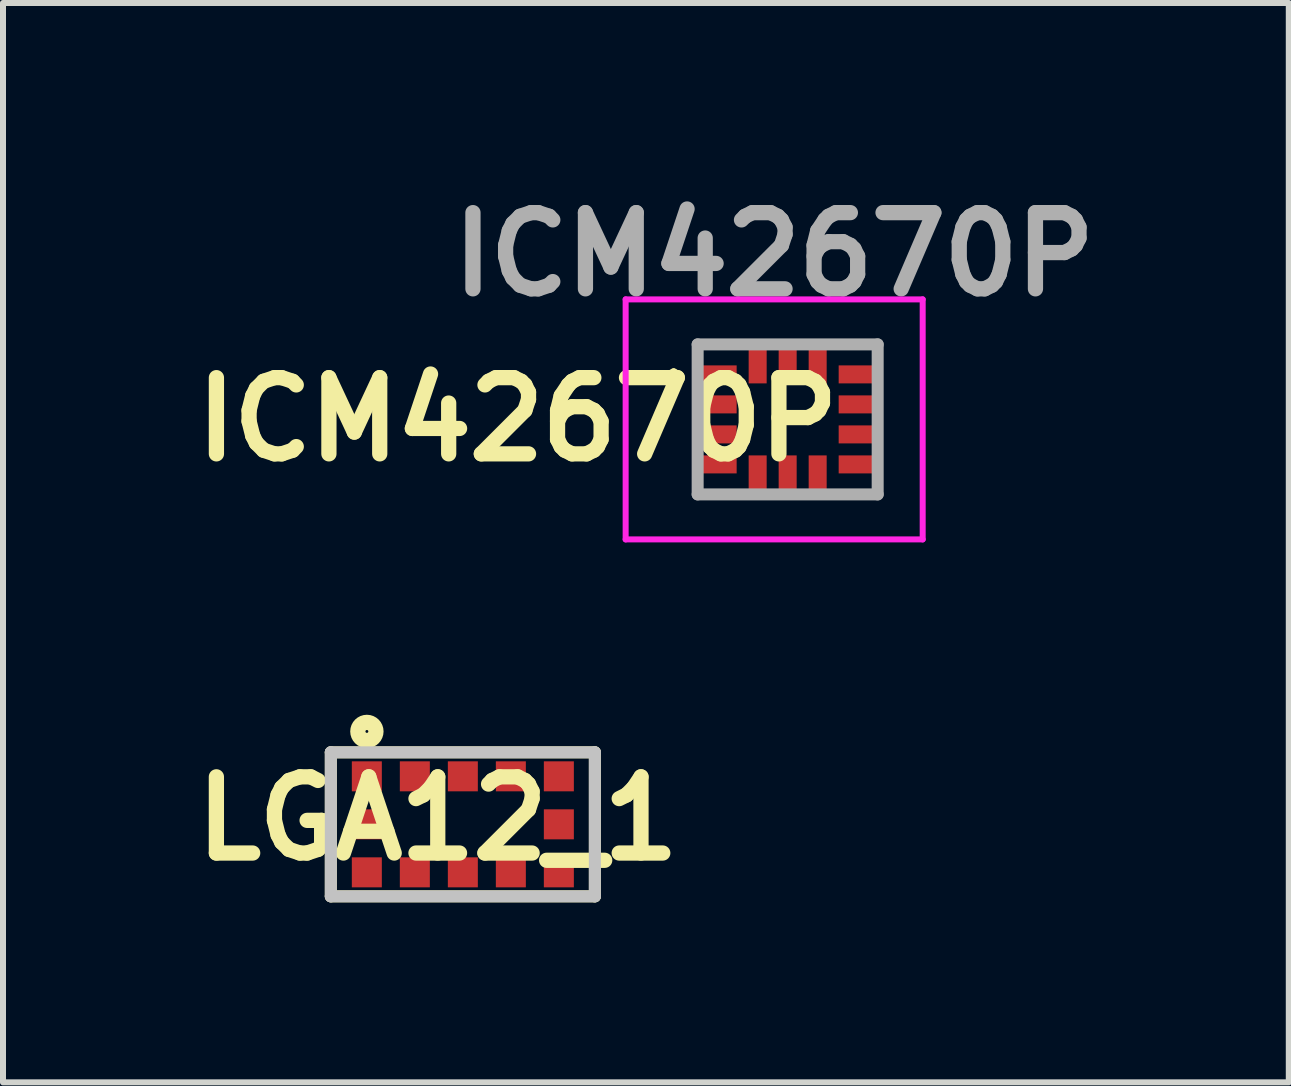
<source format=kicad_pcb>
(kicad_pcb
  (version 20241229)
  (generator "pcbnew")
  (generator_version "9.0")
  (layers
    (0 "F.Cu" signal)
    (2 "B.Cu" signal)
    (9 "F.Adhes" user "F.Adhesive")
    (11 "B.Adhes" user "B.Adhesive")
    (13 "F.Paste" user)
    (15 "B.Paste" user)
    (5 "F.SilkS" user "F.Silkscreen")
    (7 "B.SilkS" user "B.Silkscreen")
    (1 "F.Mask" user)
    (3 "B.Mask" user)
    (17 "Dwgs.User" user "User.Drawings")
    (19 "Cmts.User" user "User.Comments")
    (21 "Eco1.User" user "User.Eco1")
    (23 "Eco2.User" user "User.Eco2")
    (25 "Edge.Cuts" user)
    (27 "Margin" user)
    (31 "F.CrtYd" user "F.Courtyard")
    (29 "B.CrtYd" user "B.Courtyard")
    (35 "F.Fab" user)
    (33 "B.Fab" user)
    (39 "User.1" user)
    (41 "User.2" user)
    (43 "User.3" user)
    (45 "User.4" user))
  (footprint "LGA12_1"
    (layer "F.Cu")
    (at 4.663 10.687)
    (property "Reference" "LGA12_1" (at -0.418 -0.096 0) (layer "F.SilkS") (effects (font (size 1.27 1.27) (thickness 0.254))))
    (attr smd)
    (fp_line (start -2.2 -1.2) (end 2.2 -1.2) (stroke (width 0.2) (type solid)) (layer "F.SilkS"))
    (fp_line (start -2.2 1.2) (end -2.2 -1.2) (stroke (width 0.2) (type solid)) (layer "F.SilkS"))
    (fp_line (start 2.2 -1.2) (end 2.2 1.2) (stroke (width 0.2) (type solid)) (layer "F.SilkS"))
    (fp_line (start 2.2 1.2) (end -2.2 1.2) (stroke (width 0.2) (type solid)) (layer "F.SilkS"))
    (fp_circle (center -1.599 -1.548) (end -1.623 -1.548) (stroke (width 0.254) (type solid)) (fill no) (layer "F.SilkS"))
    (fp_line (start -2.2 -1.2) (end 2.2 -1.2) (stroke (width 0.2) (type solid)) (layer "Dwgs.User"))
    (fp_line (start -2.2 1.2) (end -2.2 -1.2) (stroke (width 0.2) (type solid)) (layer "Dwgs.User"))
    (fp_line (start 2.2 -1.2) (end 2.2 1.2) (stroke (width 0.2) (type solid)) (layer "Dwgs.User"))
    (fp_line (start 2.2 1.2) (end -2.2 1.2) (stroke (width 0.2) (type solid)) (layer "Dwgs.User"))
    (pad "1" smd rect (at -1.6 -0.8 90) (size 0.5 0.5) (layers "F.Cu" "F.Mask" "F.Paste"))
    (pad "2" smd rect (at -0.8 -0.8 90) (size 0.5 0.5) (layers "F.Cu" "F.Mask" "F.Paste"))
    (pad "3" smd rect (at 0 -0.8 90) (size 0.5 0.5) (layers "F.Cu" "F.Mask" "F.Paste"))
    (pad "4" smd rect (at 0.8 -0.8 90) (size 0.5 0.5) (layers "F.Cu" "F.Mask" "F.Paste"))
    (pad "5" smd rect (at 1.6 -0.8 90) (size 0.5 0.5) (layers "F.Cu" "F.Mask" "F.Paste"))
    (pad "6" smd rect (at 1.6 0 90) (size 0.5 0.5) (layers "F.Cu" "F.Mask" "F.Paste"))
    (pad "7" smd rect (at 1.6 0.8 90) (size 0.5 0.5) (layers "F.Cu" "F.Mask" "F.Paste"))
    (pad "8" smd rect (at 0.8 0.8 90) (size 0.5 0.5) (layers "F.Cu" "F.Mask" "F.Paste"))
    (pad "9" smd rect (at 0 0.8 90) (size 0.5 0.5) (layers "F.Cu" "F.Mask" "F.Paste"))
    (pad "10" smd rect (at -0.8 0.8 90) (size 0.5 0.5) (layers "F.Cu" "F.Mask" "F.Paste"))
    (pad "11" smd rect (at -1.6 0.8 90) (size 0.5 0.5) (layers "F.Cu" "F.Mask" "F.Paste"))
    (pad "12" smd rect (at -1.6 0 90) (size 0.5 0.5) (layers "F.Cu" "F.Mask" "F.Paste")))
  (footprint "ICM42670P"
    (layer "F.Cu")
    (at 10.076 3.939)
    (property "Reference" "ICM42670P" (at -4.5 0 0) (layer "F.SilkS") (effects (font (size 1.27 1.27) (thickness 0.254))))
    (attr smd)
    (fp_line (start -1.9 -0.8) (end -1.9 -0.8) (stroke (width 0.1) (type solid)) (layer "F.SilkS"))
    (fp_line (start -1.9 -0.7) (end -1.9 -0.7) (stroke (width 0.1) (type solid)) (layer "F.SilkS"))
    (fp_line (start -1.5 -1.25) (end -0.8 -1.25) (stroke (width 0.1) (type solid)) (layer "F.SilkS"))
    (fp_line (start -1.5 -1) (end -1.5 -1.25) (stroke (width 0.1) (type solid)) (layer "F.SilkS"))
    (fp_line (start -1.5 1.1) (end -1.5 1.25) (stroke (width 0.1) (type solid)) (layer "F.SilkS"))
    (fp_line (start -1.5 1.25) (end -0.8 1.25) (stroke (width 0.1) (type solid)) (layer "F.SilkS"))
    (fp_line (start 0.8 -1.25) (end 1.5 -1.25) (stroke (width 0.1) (type solid)) (layer "F.SilkS"))
    (fp_line (start 0.8 1.25) (end 1.5 1.25) (stroke (width 0.1) (type solid)) (layer "F.SilkS"))
    (fp_line (start 1.5 -1.25) (end 1.5 -1) (stroke (width 0.1) (type solid)) (layer "F.SilkS"))
    (fp_line (start 1.5 1.25) (end 1.5 1) (stroke (width 0.1) (type solid)) (layer "F.SilkS"))
    (fp_arc (start -1.9 -0.8) (mid -1.85 -0.75) (end -1.9 -0.7) (stroke (width 0.1) (type solid)) (layer "F.SilkS"))
    (fp_arc (start -1.9 -0.7) (mid -1.95 -0.75) (end -1.9 -0.8) (stroke (width 0.1) (type solid)) (layer "F.SilkS"))
    (fp_line (start -2.7 -2) (end 2.25 -2) (stroke (width 0.1) (type solid)) (layer "F.CrtYd"))
    (fp_line (start -2.7 2) (end -2.7 -2) (stroke (width 0.1) (type solid)) (layer "F.CrtYd"))
    (fp_line (start 2.25 -2) (end 2.25 2) (stroke (width 0.1) (type solid)) (layer "F.CrtYd"))
    (fp_line (start 2.25 2) (end -2.7 2) (stroke (width 0.1) (type solid)) (layer "F.CrtYd"))
    (fp_line (start -1.5 -1.25) (end 1.5 -1.25) (stroke (width 0.2) (type solid)) (layer "F.Fab"))
    (fp_line (start -1.5 1.25) (end -1.5 -1.25) (stroke (width 0.2) (type solid)) (layer "F.Fab"))
    (fp_line (start 1.5 -1.25) (end 1.5 1.25) (stroke (width 0.2) (type solid)) (layer "F.Fab"))
    (fp_line (start 1.5 1.25) (end -1.5 1.25) (stroke (width 0.2) (type solid)) (layer "F.Fab"))
    (fp_text user "${REFERENCE}" (at -0.225 -2.75 0) (layer "F.Fab") (effects (font (size 1.27 1.27) (thickness 0.254))))
    (pad "1" smd rect (at -1.15 -0.75 90) (size 0.3 0.6) (layers "F.Cu" "F.Mask" "F.Paste"))
    (pad "2" smd rect (at -1.15 -0.25 90) (size 0.3 0.6) (layers "F.Cu" "F.Mask" "F.Paste"))
    (pad "3" smd rect (at -1.15 0.25 90) (size 0.3 0.6) (layers "F.Cu" "F.Mask" "F.Paste"))
    (pad "4" smd rect (at -1.15 0.75 90) (size 0.3 0.6) (layers "F.Cu" "F.Mask" "F.Paste"))
    (pad "5" smd rect (at -0.5 0.9) (size 0.3 0.6) (layers "F.Cu" "F.Mask" "F.Paste"))
    (pad "6" smd rect (at 0 0.9) (size 0.3 0.6) (layers "F.Cu" "F.Mask" "F.Paste"))
    (pad "7" smd rect (at 0.5 0.9) (size 0.3 0.6) (layers "F.Cu" "F.Mask" "F.Paste"))
    (pad "8" smd rect (at 1.15 0.75 90) (size 0.3 0.6) (layers "F.Cu" "F.Mask" "F.Paste"))
    (pad "9" smd rect (at 1.15 0.25 90) (size 0.3 0.6) (layers "F.Cu" "F.Mask" "F.Paste"))
    (pad "10" smd rect (at 1.15 -0.25 90) (size 0.3 0.6) (layers "F.Cu" "F.Mask" "F.Paste"))
    (pad "11" smd rect (at 1.15 -0.75 90) (size 0.3 0.6) (layers "F.Cu" "F.Mask" "F.Paste"))
    (pad "12" smd rect (at 0.5 -0.9) (size 0.3 0.6) (layers "F.Cu" "F.Mask" "F.Paste"))
    (pad "13" smd rect (at 0 -0.9) (size 0.3 0.6) (layers "F.Cu" "F.Mask" "F.Paste"))
    (pad "14" smd rect (at -0.5 -0.9) (size 0.3 0.6) (layers "F.Cu" "F.Mask" "F.Paste")))
  (gr_rect
    (start -3 -3)
    (end 18.427 14.987)
    (stroke (width 0.1) (type default))
    (fill no)
    (layer "Edge.Cuts")))
</source>
